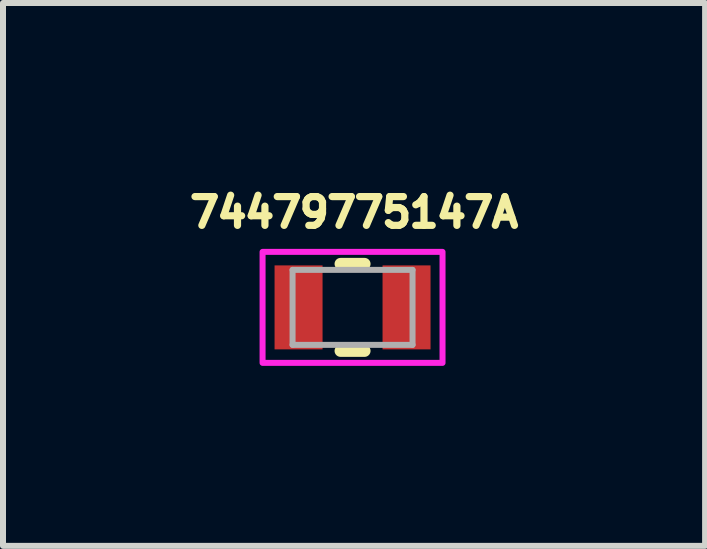
<source format=kicad_pcb>
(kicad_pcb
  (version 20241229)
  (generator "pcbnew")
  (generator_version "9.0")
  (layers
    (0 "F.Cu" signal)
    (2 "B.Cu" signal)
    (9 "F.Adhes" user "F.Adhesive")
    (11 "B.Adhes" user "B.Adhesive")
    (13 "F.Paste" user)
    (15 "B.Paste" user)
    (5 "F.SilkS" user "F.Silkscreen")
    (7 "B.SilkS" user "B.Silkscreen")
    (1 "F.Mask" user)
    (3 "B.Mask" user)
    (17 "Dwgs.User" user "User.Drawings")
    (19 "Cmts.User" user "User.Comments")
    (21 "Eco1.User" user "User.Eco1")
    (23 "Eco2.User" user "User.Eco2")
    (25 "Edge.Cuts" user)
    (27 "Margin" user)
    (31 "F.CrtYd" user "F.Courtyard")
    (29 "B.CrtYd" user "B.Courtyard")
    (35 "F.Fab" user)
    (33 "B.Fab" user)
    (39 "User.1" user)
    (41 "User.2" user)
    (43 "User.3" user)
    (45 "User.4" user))
  (footprint "74479775147A"
    (layer "F.Cu")
    (at 2.827 2.074)
    (property "Reference" "74479775147A" (at 0.025 -1.583 0) (layer "F.SilkS") (effects (font (size 0.48 0.48) (thickness 0.15))))
    (attr smd)
    (fp_line (start -0.2 -0.725) (end 0.2 -0.725) (stroke (width 0.2) (type solid)) (layer "F.SilkS"))
    (fp_line (start -0.2 0.725) (end 0.2 0.725) (stroke (width 0.2) (type solid)) (layer "F.SilkS"))
    (fp_poly (pts (xy -1.5 -0.925) (xy 1.5 -0.925) (xy 1.5 0.925) (xy -1.5 0.925)) (stroke (width 0.1) (type solid)) (fill no) (layer "F.CrtYd"))
    (fp_line (start -1 -0.625) (end -1 0.625) (stroke (width 0.1) (type solid)) (layer "F.Fab"))
    (fp_line (start -1 0.625) (end 1 0.625) (stroke (width 0.1) (type solid)) (layer "F.Fab"))
    (fp_line (start 1 -0.625) (end -1 -0.625) (stroke (width 0.1) (type solid)) (layer "F.Fab"))
    (fp_line (start 1 0.625) (end 1 -0.625) (stroke (width 0.1) (type solid)) (layer "F.Fab"))
    (pad "1" smd rect (at -0.9 0) (size 0.8 1.4) (layers "F.Cu" "F.Mask" "F.Paste"))
    (pad "2" smd rect (at 0.9 0) (size 0.8 1.4) (layers "F.Cu" "F.Mask" "F.Paste")))
  (gr_rect
    (start -3 -3)
    (end 8.704 6.049)
    (stroke (width 0.1) (type default))
    (fill no)
    (layer "Edge.Cuts")))
</source>
